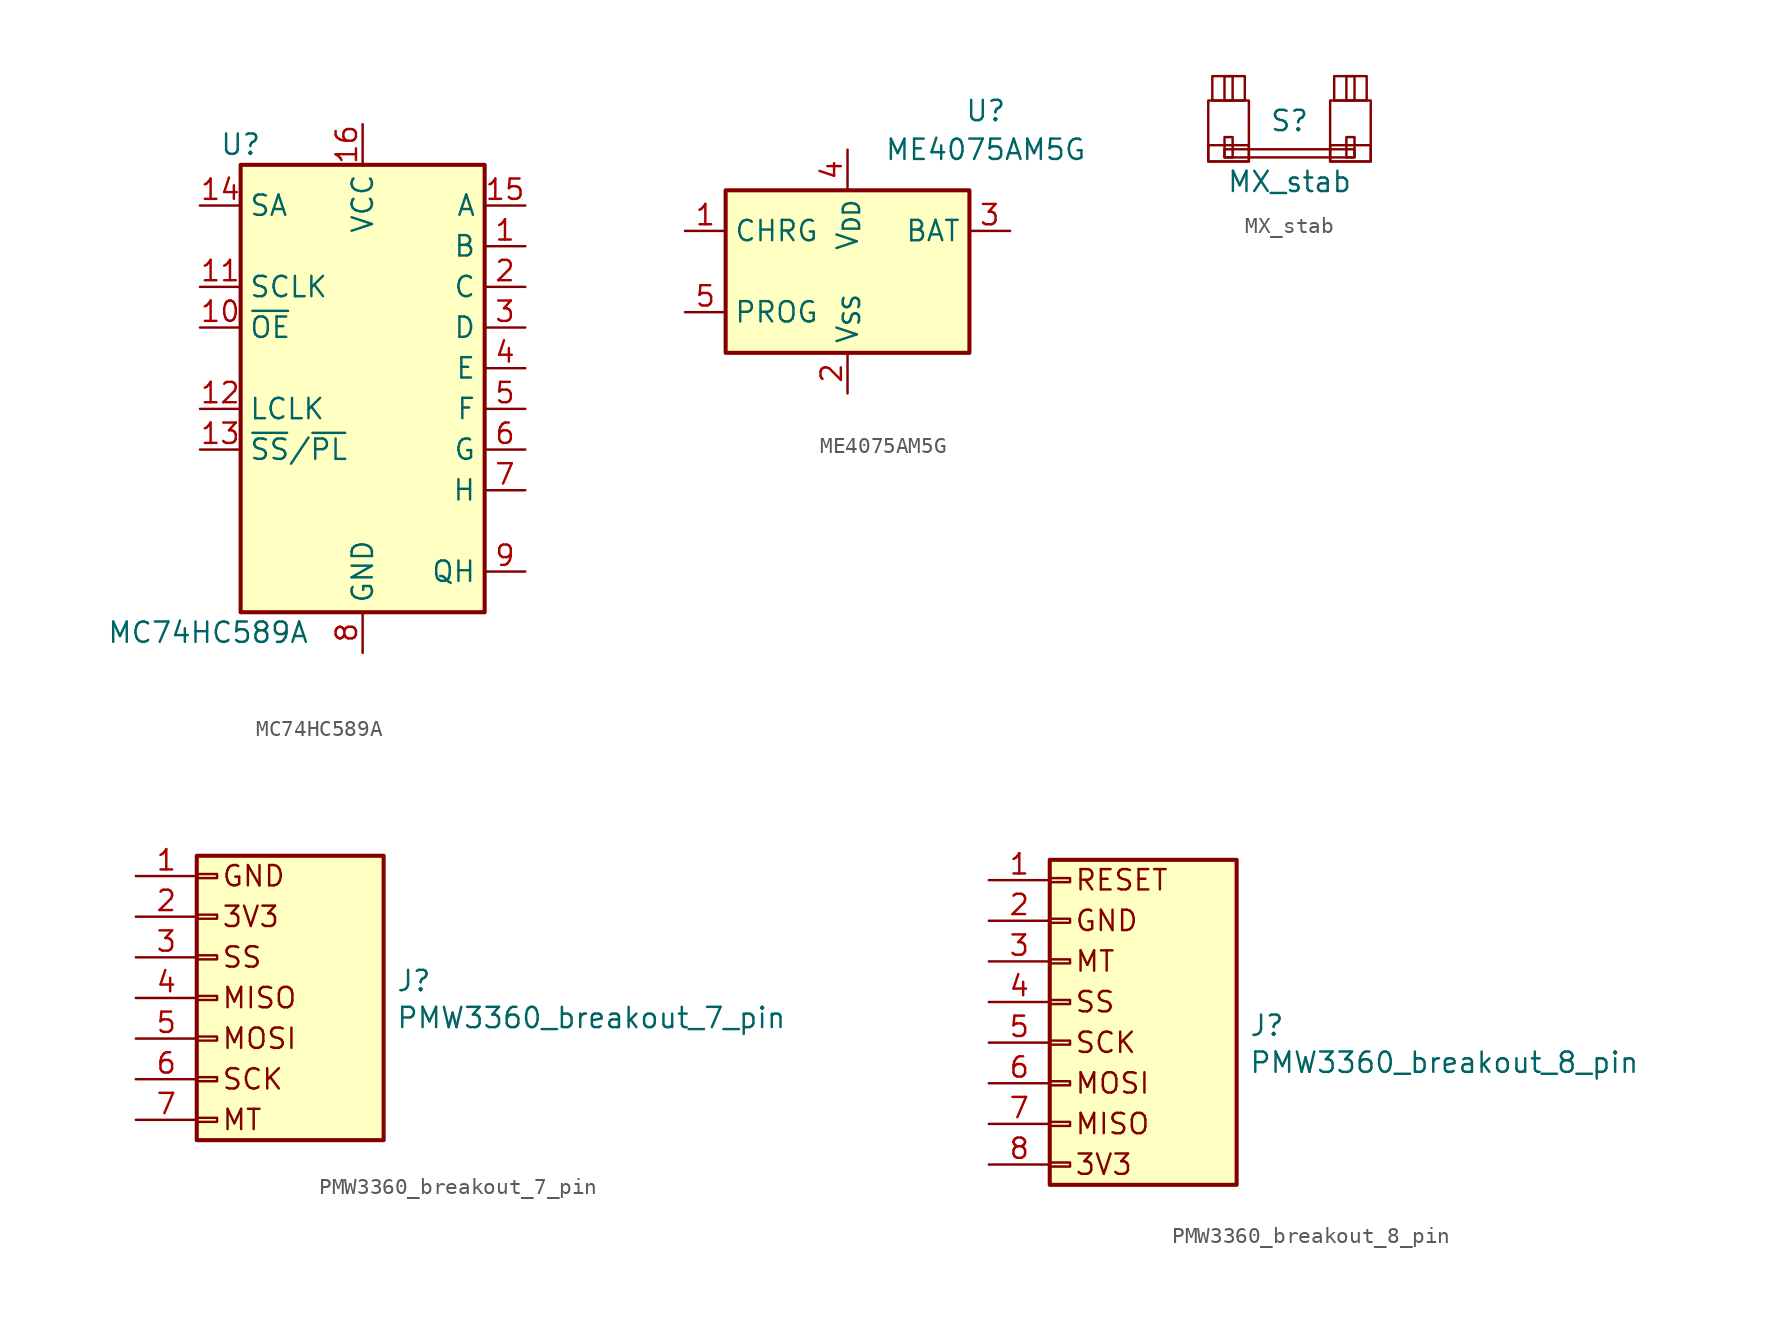
<source format=kicad_sym>
(kicad_symbol_lib
  (version 20231120)
  (generator "kicad_symbol_editor")
  (generator_version "8.0")
  (symbol "MC74HC589A"
    (property "Reference" "U"
      (at -7.62 13.97 0)
      (effects (font (size 1.27 1.27))))
    (property "Value" "MC74HC589A"
      (at -9.652 -16.51 0)
      (effects (font (size 1.27 1.27))))
    (symbol "MC74HC589A_1_0"
      (pin tri_state line (at 10.16 7.62 180) (length 2.54) (name "B" (effects (font (size 1.27 1.27)))) (number "1" (effects (font (size 1.27 1.27)))))
      (pin input line (at -10.16 2.54 0) (length 2.54) (name "~{OE}" (effects (font (size 1.27 1.27)))) (number "10" (effects (font (size 1.27 1.27)))))
      (pin input line (at -10.16 5.08 0) (length 2.54) (name "SCLK" (effects (font (size 1.27 1.27)))) (number "11" (effects (font (size 1.27 1.27)))))
      (pin input line (at -10.16 -2.54 0) (length 2.54) (name "LCLK" (effects (font (size 1.27 1.27)))) (number "12" (effects (font (size 1.27 1.27)))))
      (pin input line (at -10.16 -5.08 0) (length 2.54) (name "~{SS}/~{PL}" (effects (font (size 1.27 1.27)))) (number "13" (effects (font (size 1.27 1.27)))))
      (pin input line (at -10.16 10.16 0) (length 2.54) (name "SA" (effects (font (size 1.27 1.27)))) (number "14" (effects (font (size 1.27 1.27)))))
      (pin tri_state line (at 10.16 10.16 180) (length 2.54) (name "A" (effects (font (size 1.27 1.27)))) (number "15" (effects (font (size 1.27 1.27)))))
      (pin power_in line (at 0 15.24 270) (length 2.54) (name "VCC" (effects (font (size 1.27 1.27)))) (number "16" (effects (font (size 1.27 1.27)))))
      (pin tri_state line (at 10.16 5.08 180) (length 2.54) (name "C" (effects (font (size 1.27 1.27)))) (number "2" (effects (font (size 1.27 1.27)))))
      (pin tri_state line (at 10.16 2.54 180) (length 2.54) (name "D" (effects (font (size 1.27 1.27)))) (number "3" (effects (font (size 1.27 1.27)))))
      (pin tri_state line (at 10.16 0 180) (length 2.54) (name "E" (effects (font (size 1.27 1.27)))) (number "4" (effects (font (size 1.27 1.27)))))
      (pin tri_state line (at 10.16 -2.54 180) (length 2.54) (name "F" (effects (font (size 1.27 1.27)))) (number "5" (effects (font (size 1.27 1.27)))))
      (pin tri_state line (at 10.16 -5.08 180) (length 2.54) (name "G" (effects (font (size 1.27 1.27)))) (number "6" (effects (font (size 1.27 1.27)))))
      (pin tri_state line (at 10.16 -7.62 180) (length 2.54) (name "H" (effects (font (size 1.27 1.27)))) (number "7" (effects (font (size 1.27 1.27)))))
      (pin power_in line (at 0 -17.78 90) (length 2.54) (name "GND" (effects (font (size 1.27 1.27)))) (number "8" (effects (font (size 1.27 1.27)))))
      (pin output line (at 10.16 -12.7 180) (length 2.54) (name "QH" (effects (font (size 1.27 1.27)))) (number "9" (effects (font (size 1.27 1.27))))))
    (symbol "MC74HC589A_1_1"
      (rectangle (start -7.62 12.7) (end 7.62 -15.24) (stroke (width 0.254) (type default)) (fill (type background)))))
  (symbol "ME4075AM5G"
    (property "Reference" "U"
      (at 8.636 10.044 0)
      (effects (font (size 1.27 1.27))))
    (property "Value" "ME4075AM5G"
      (at 8.636 7.62 0)
      (effects (font (size 1.27 1.27))))
    (symbol "ME4075AM5G_0_1"
      (rectangle (start -7.62 5.08) (end 7.62 -5.08) (stroke (width 0.254) (type default)) (fill (type background))))
    (symbol "ME4075AM5G_1_1"
      (pin input line (at -10.16 2.54 0) (length 2.54) (name "CHRG" (effects (font (size 1.27 1.27)))) (number "1" (effects (font (size 1.27 1.27)))))
      (pin power_in line (at 0 -7.62 90) (length 2.54) (name "V_{SS}" (effects (font (size 1.27 1.27)))) (number "2" (effects (font (size 1.27 1.27)))))
      (pin power_out line (at 10.16 2.54 180) (length 2.54) (name "BAT" (effects (font (size 1.27 1.27)))) (number "3" (effects (font (size 1.27 1.27)))))
      (pin power_in line (at 0 7.62 270) (length 2.54) (name "V_{DD}" (effects (font (size 1.27 1.27)))) (number "4" (effects (font (size 1.27 1.27)))))
      (pin input line (at -10.16 -2.54 0) (length 2.54) (name "PROG" (effects (font (size 1.27 1.27)))) (number "5" (effects (font (size 1.27 1.27)))))))
  (symbol "MX_stab"
    (pin_names
      (offset 1.016))
    (property "Reference" "S"
      (at 0 0 0)
      (effects (font (size 1.27 1.27))))
    (property "Value" "MX_stab"
      (at 0 -3.81 0)
      (effects (font (size 1.27 1.27))))
    (symbol "MX_stab_0_1"
      (rectangle (start -5.08 -1.524) (end -2.54 -2.54) (stroke (width 0) (type default)) (fill (type none)))
      (rectangle (start -5.08 1.27) (end -2.54 -2.54) (stroke (width 0) (type default)) (fill (type none)))
      (rectangle (start -4.826 2.794) (end -2.794 1.27) (stroke (width 0) (type default)) (fill (type none)))
      (rectangle (start -4.064 -2.286) (end -3.556 -1.016) (stroke (width 0) (type default)) (fill (type none)))
      (rectangle (start -4.064 -1.778) (end 4.064 -2.286) (stroke (width 0) (type default)) (fill (type none)))
      (rectangle (start -4.064 1.27) (end -3.556 2.794) (stroke (width 0) (type default)) (fill (type none)))
      (rectangle (start 2.54 -1.524) (end 5.08 -2.54) (stroke (width 0) (type default)) (fill (type none)))
      (rectangle (start 2.54 1.27) (end 5.08 -2.54) (stroke (width 0) (type default)) (fill (type none)))
      (rectangle (start 2.794 2.794) (end 4.826 1.27) (stroke (width 0) (type default)) (fill (type none)))
      (rectangle (start 3.556 1.27) (end 4.064 2.794) (stroke (width 0) (type default)) (fill (type none)))
      (rectangle (start 4.064 -2.286) (end 3.556 -1.016) (stroke (width 0) (type default)) (fill (type none)))))
  (symbol "PMW3360_breakout_7_pin"
    (pin_names
      (offset 1.016) hide)
    (property "Reference" "J"
      (at 11.176 1.067 0)
      (effects (font (size 1.27 1.27)) (justify left)))
    (property "Value" "PMW3360_breakout_7_pin"
      (at 11.176 -1.245 0)
      (effects (font (size 1.27 1.27)) (justify left)))
    (symbol "PMW3360_breakout_7_pin_0_0"
      (text "GND" (at 0.254 7.62 0) (effects (font (size 1.27 1.27)) (justify left))))
    (symbol "PMW3360_breakout_7_pin_1_1"
      (rectangle (start -1.27 -7.493) (end 0 -7.747) (stroke (width 0.152) (type solid)) (fill (type none)))
      (rectangle (start -1.27 -4.953) (end 0 -5.207) (stroke (width 0.152) (type solid)) (fill (type none)))
      (rectangle (start -1.27 -2.413) (end 0 -2.667) (stroke (width 0.152) (type solid)) (fill (type none)))
      (rectangle (start -1.27 0.127) (end 0 -0.127) (stroke (width 0.152) (type solid)) (fill (type none)))
      (rectangle (start -1.27 2.667) (end 0 2.413) (stroke (width 0.152) (type solid)) (fill (type none)))
      (rectangle (start -1.27 5.207) (end 0 4.953) (stroke (width 0.152) (type solid)) (fill (type none)))
      (rectangle (start -1.27 7.747) (end 0 7.493) (stroke (width 0.152) (type solid)) (fill (type none)))
      (rectangle (start -1.27 8.89) (end 10.414 -8.89) (stroke (width 0.254) (type solid)) (fill (type background)))
      (text "3V3" (at 0.254 5.08 0) (effects (font (size 1.27 1.27)) (justify left)))
      (text "MISO" (at 0.254 0 0) (effects (font (size 1.27 1.27)) (justify left)))
      (text "MOSI" (at 0.254 -2.54 0) (effects (font (size 1.27 1.27)) (justify left)))
      (text "MT" (at 0.254 -7.62 0) (effects (font (size 1.27 1.27)) (justify left)))
      (text "SCK" (at 0.254 -5.08 0) (effects (font (size 1.27 1.27)) (justify left)))
      (text "SS" (at 0.254 2.54 0) (effects (font (size 1.27 1.27)) (justify left)))
      (pin passive line (at -5.08 7.62 0) (length 3.81) (name "Pin_1" (effects (font (size 1.27 1.27)))) (number "1" (effects (font (size 1.27 1.27)))))
      (pin passive line (at -5.08 5.08 0) (length 3.81) (name "Pin_2" (effects (font (size 1.27 1.27)))) (number "2" (effects (font (size 1.27 1.27)))))
      (pin passive line (at -5.08 2.54 0) (length 3.81) (name "Pin_3" (effects (font (size 1.27 1.27)))) (number "3" (effects (font (size 1.27 1.27)))))
      (pin passive line (at -5.08 0 0) (length 3.81) (name "Pin_4" (effects (font (size 1.27 1.27)))) (number "4" (effects (font (size 1.27 1.27)))))
      (pin passive line (at -5.08 -2.54 0) (length 3.81) (name "Pin_5" (effects (font (size 1.27 1.27)))) (number "5" (effects (font (size 1.27 1.27)))))
      (pin passive line (at -5.08 -5.08 0) (length 3.81) (name "Pin_6" (effects (font (size 1.27 1.27)))) (number "6" (effects (font (size 1.27 1.27)))))
      (pin passive line (at -5.08 -7.62 0) (length 3.81) (name "Pin_7" (effects (font (size 1.27 1.27)))) (number "7" (effects (font (size 1.27 1.27)))))))
  (symbol "PMW3360_breakout_8_pin"
    (pin_names
      (offset 1.016) hide)
    (property "Reference" "J"
      (at 11.176 1.067 0)
      (effects (font (size 1.27 1.27)) (justify left)))
    (property "Value" "PMW3360_breakout_8_pin"
      (at 11.176 -1.245 0)
      (effects (font (size 1.27 1.27)) (justify left)))
    (symbol "PMW3360_breakout_8_pin_0_0"
      (text "RESET" (at 0.254 10.16 0) (effects (font (size 1.27 1.27)) (justify left))))
    (symbol "PMW3360_breakout_8_pin_1_1"
      (rectangle (start -1.27 -7.493) (end 0 -7.747) (stroke (width 0.152) (type solid)) (fill (type none)))
      (rectangle (start -1.27 -4.953) (end 0 -5.207) (stroke (width 0.152) (type solid)) (fill (type none)))
      (rectangle (start -1.27 -2.413) (end 0 -2.667) (stroke (width 0.152) (type solid)) (fill (type none)))
      (rectangle (start -1.27 0.127) (end 0 -0.127) (stroke (width 0.152) (type solid)) (fill (type none)))
      (rectangle (start -1.27 2.667) (end 0 2.413) (stroke (width 0.152) (type solid)) (fill (type none)))
      (rectangle (start -1.27 5.207) (end 0 4.953) (stroke (width 0.152) (type solid)) (fill (type none)))
      (rectangle (start -1.27 7.747) (end 0 7.493) (stroke (width 0.152) (type solid)) (fill (type none)))
      (rectangle (start -1.27 10.287) (end 0 10.033) (stroke (width 0.152) (type solid)) (fill (type none)))
      (rectangle (start -1.27 11.43) (end 10.414 -8.89) (stroke (width 0.254) (type solid)) (fill (type background)))
      (text "3V3" (at 0.254 -7.62 0) (effects (font (size 1.27 1.27)) (justify left)))
      (text "GND" (at 0.254 7.62 0) (effects (font (size 1.27 1.27)) (justify left)))
      (text "MISO" (at 0.254 -5.08 0) (effects (font (size 1.27 1.27)) (justify left)))
      (text "MOSI" (at 0.254 -2.54 0) (effects (font (size 1.27 1.27)) (justify left)))
      (text "MT" (at 0.254 5.08 0) (effects (font (size 1.27 1.27)) (justify left)))
      (text "SCK" (at 0.254 0 0) (effects (font (size 1.27 1.27)) (justify left)))
      (text "SS" (at 0.254 2.54 0) (effects (font (size 1.27 1.27)) (justify left)))
      (pin passive line (at -5.08 10.16 0) (length 3.81) (name "Pin_1" (effects (font (size 1.27 1.27)))) (number "1" (effects (font (size 1.27 1.27)))))
      (pin passive line (at -5.08 7.62 0) (length 3.81) (name "Pin_2" (effects (font (size 1.27 1.27)))) (number "2" (effects (font (size 1.27 1.27)))))
      (pin passive line (at -5.08 5.08 0) (length 3.81) (name "Pin_3" (effects (font (size 1.27 1.27)))) (number "3" (effects (font (size 1.27 1.27)))))
      (pin passive line (at -5.08 2.54 0) (length 3.81) (name "Pin_4" (effects (font (size 1.27 1.27)))) (number "4" (effects (font (size 1.27 1.27)))))
      (pin passive line (at -5.08 0 0) (length 3.81) (name "Pin_5" (effects (font (size 1.27 1.27)))) (number "5" (effects (font (size 1.27 1.27)))))
      (pin passive line (at -5.08 -2.54 0) (length 3.81) (name "Pin_6" (effects (font (size 1.27 1.27)))) (number "6" (effects (font (size 1.27 1.27)))))
      (pin passive line (at -5.08 -5.08 0) (length 3.81) (name "Pin_7" (effects (font (size 1.27 1.27)))) (number "7" (effects (font (size 1.27 1.27)))))
      (pin passive line (at -5.08 -7.62 0) (length 3.81) (name "Pin_8" (effects (font (size 1.27 1.27)))) (number "8" (effects (font (size 1.27 1.27))))))))
</source>
